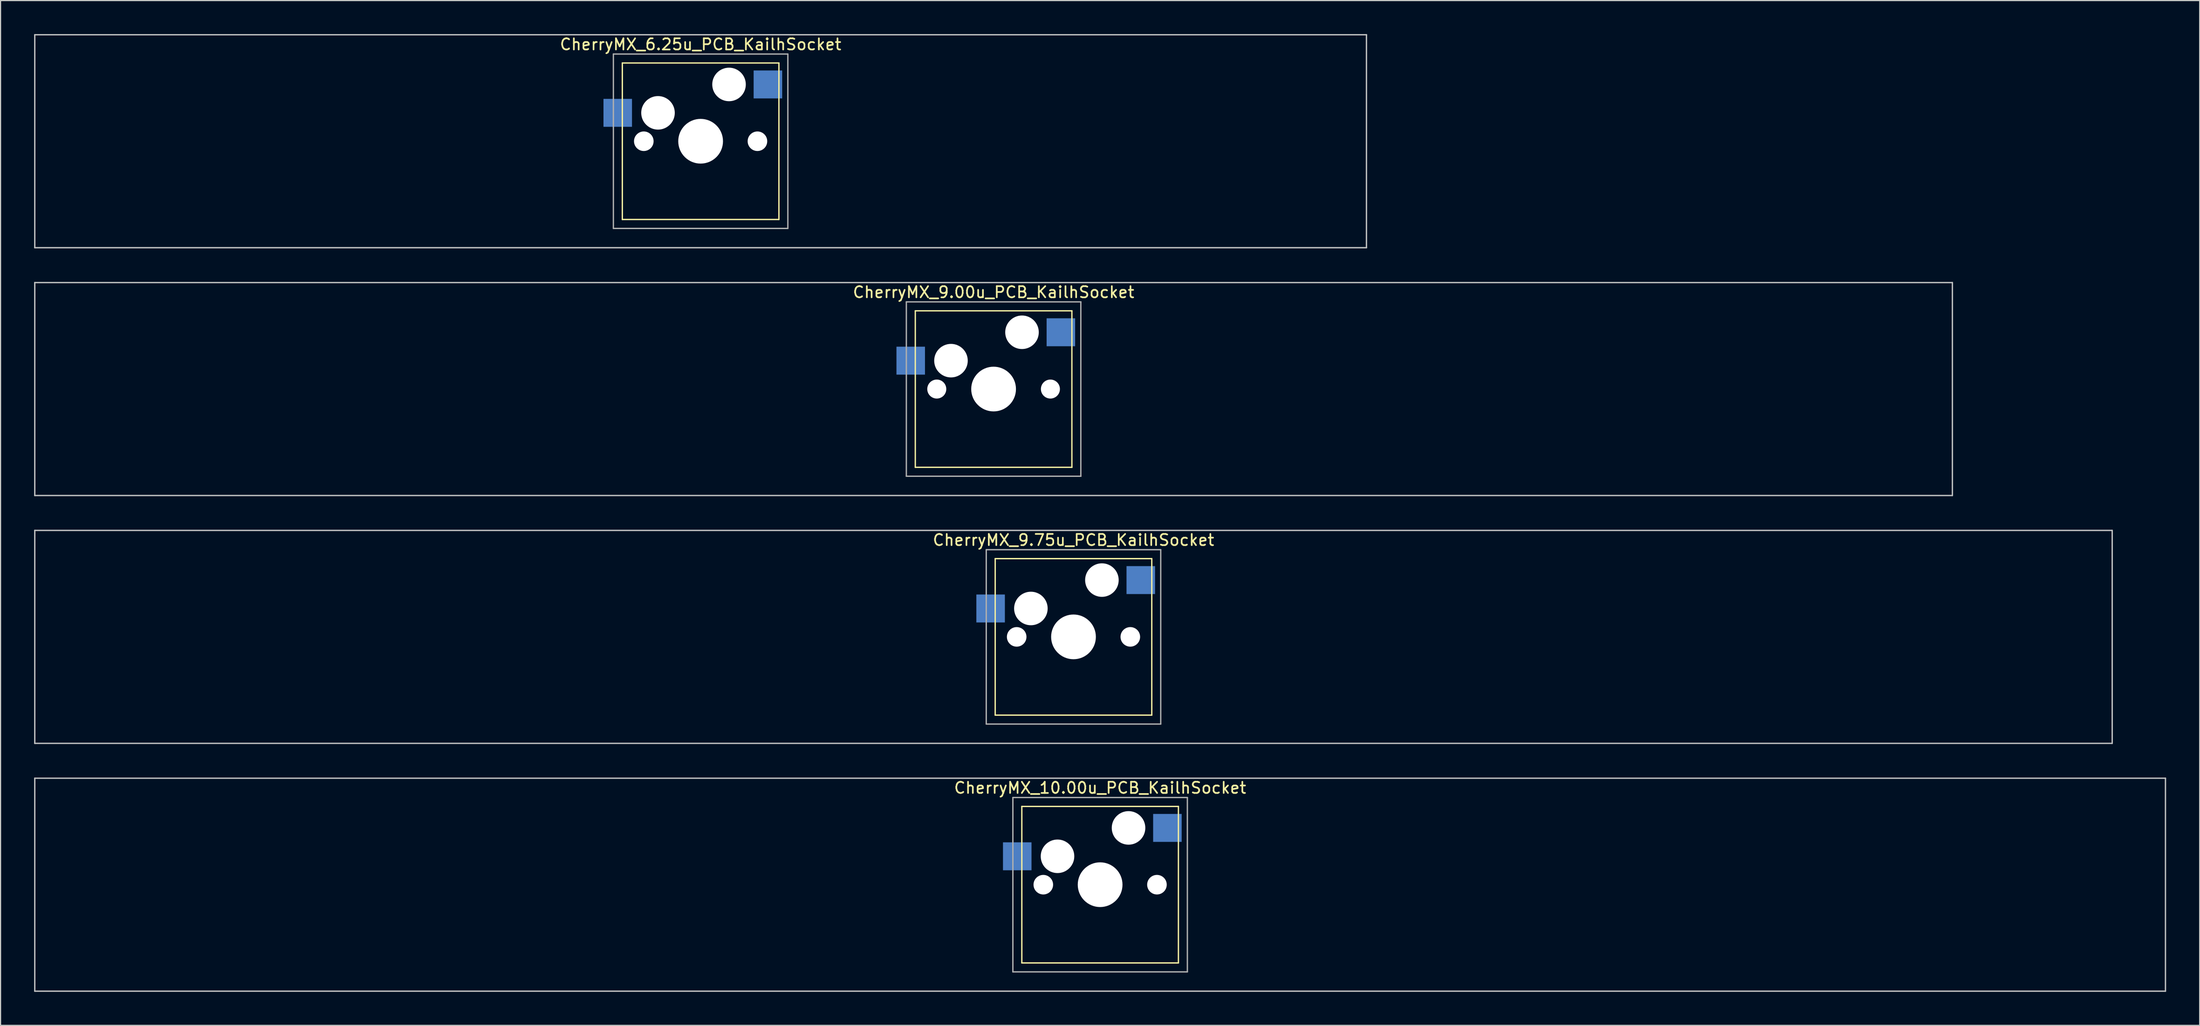
<source format=kicad_pcb>
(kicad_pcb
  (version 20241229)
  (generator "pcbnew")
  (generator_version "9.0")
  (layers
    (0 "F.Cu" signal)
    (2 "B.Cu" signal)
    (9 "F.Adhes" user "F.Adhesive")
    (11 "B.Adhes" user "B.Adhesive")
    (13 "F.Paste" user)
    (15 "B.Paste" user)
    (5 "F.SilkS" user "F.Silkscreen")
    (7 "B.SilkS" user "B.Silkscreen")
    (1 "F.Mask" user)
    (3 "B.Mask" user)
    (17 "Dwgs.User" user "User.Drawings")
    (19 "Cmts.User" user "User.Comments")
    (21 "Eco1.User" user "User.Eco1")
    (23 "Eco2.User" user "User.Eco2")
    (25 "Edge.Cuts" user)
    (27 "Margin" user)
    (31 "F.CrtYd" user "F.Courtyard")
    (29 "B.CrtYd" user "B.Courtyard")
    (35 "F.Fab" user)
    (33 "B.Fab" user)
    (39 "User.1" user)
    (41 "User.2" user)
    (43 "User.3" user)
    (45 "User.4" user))
  (footprint "CherryMX_6.25u_PCB_KailhSocket"
    (layer "F.Cu")
    (at 59.591 9.585)
    (property "Reference" "CherryMX_6.25u_PCB_KailhSocket" (at 0 -8.662 0) (layer "F.SilkS") (effects (font (size 1 1) (thickness 0.15))))
    (attr through_hole)
    (fp_line (start -7 -7) (end -7 7) (stroke (width 0.12) (type solid)) (layer "F.SilkS"))
    (fp_line (start -7 -7) (end 7 -7) (stroke (width 0.12) (type solid)) (layer "F.SilkS"))
    (fp_line (start 7 -7) (end 7 7) (stroke (width 0.12) (type solid)) (layer "F.SilkS"))
    (fp_line (start 7 7) (end -7 7) (stroke (width 0.12) (type solid)) (layer "F.SilkS"))
    (fp_line (start -59.531 -9.525) (end 59.531 -9.525) (stroke (width 0.12) (type solid)) (layer "Dwgs.User"))
    (fp_line (start -59.531 9.525) (end -59.531 -9.525) (stroke (width 0.12) (type solid)) (layer "Dwgs.User"))
    (fp_line (start 59.531 -9.525) (end 59.531 9.525) (stroke (width 0.12) (type solid)) (layer "Dwgs.User"))
    (fp_line (start 59.531 9.525) (end -59.531 9.525) (stroke (width 0.12) (type solid)) (layer "Dwgs.User"))
    (fp_line (start -7.8 -7.8) (end -7.8 7.8) (stroke (width 0.12) (type solid)) (layer "F.Fab"))
    (fp_line (start -7.8 -7.8) (end 7.8 -7.8) (stroke (width 0.12) (type solid)) (layer "F.Fab"))
    (fp_line (start -7.8 7.8) (end 7.8 7.8) (stroke (width 0.12) (type solid)) (layer "F.Fab"))
    (fp_line (start 7.8 -7.8) (end 7.8 7.8) (stroke (width 0.12) (type solid)) (layer "F.Fab"))
    (pad "" np_thru_hole circle (at -5.08 0) (size 1.75 1.75) (drill 1.75) (layers "*.Cu" "*.Mask"))
    (pad "" np_thru_hole circle (at -3.81 -2.54) (size 3 3) (drill 3) (layers "*.Cu" "*.Mask"))
    (pad "" np_thru_hole circle (at 0 0) (size 4 4) (drill 4) (layers "*.Cu" "*.Mask"))
    (pad "" np_thru_hole circle (at 2.54 -5.08) (size 3 3) (drill 3) (layers "*.Cu" "*.Mask"))
    (pad "" np_thru_hole circle (at 5.08 0) (size 1.75 1.75) (drill 1.75) (layers "*.Cu" "*.Mask"))
    (pad "1" smd rect (at -7.41 -2.54) (size 2.55 2.5) (layers "B.Cu" "B.Mask" "B.Paste"))
    (pad "2" smd rect (at 6.015 -5.08) (size 2.55 2.5) (layers "B.Cu" "B.Mask" "B.Paste")))
  (footprint "CherryMX_9.75u_PCB_KailhSocket"
    (layer "F.Cu")
    (at 92.929 53.925)
    (property "Reference" "CherryMX_9.75u_PCB_KailhSocket" (at 0 -8.662 0) (layer "F.SilkS") (effects (font (size 1 1) (thickness 0.15))))
    (attr through_hole)
    (fp_line (start -7 -7) (end -7 7) (stroke (width 0.12) (type solid)) (layer "F.SilkS"))
    (fp_line (start -7 -7) (end 7 -7) (stroke (width 0.12) (type solid)) (layer "F.SilkS"))
    (fp_line (start 7 -7) (end 7 7) (stroke (width 0.12) (type solid)) (layer "F.SilkS"))
    (fp_line (start 7 7) (end -7 7) (stroke (width 0.12) (type solid)) (layer "F.SilkS"))
    (fp_line (start -92.869 -9.525) (end 92.869 -9.525) (stroke (width 0.12) (type solid)) (layer "Dwgs.User"))
    (fp_line (start -92.869 9.525) (end -92.869 -9.525) (stroke (width 0.12) (type solid)) (layer "Dwgs.User"))
    (fp_line (start 92.869 -9.525) (end 92.869 9.525) (stroke (width 0.12) (type solid)) (layer "Dwgs.User"))
    (fp_line (start 92.869 9.525) (end -92.869 9.525) (stroke (width 0.12) (type solid)) (layer "Dwgs.User"))
    (fp_line (start -7.8 -7.8) (end -7.8 7.8) (stroke (width 0.12) (type solid)) (layer "F.Fab"))
    (fp_line (start -7.8 -7.8) (end 7.8 -7.8) (stroke (width 0.12) (type solid)) (layer "F.Fab"))
    (fp_line (start -7.8 7.8) (end 7.8 7.8) (stroke (width 0.12) (type solid)) (layer "F.Fab"))
    (fp_line (start 7.8 -7.8) (end 7.8 7.8) (stroke (width 0.12) (type solid)) (layer "F.Fab"))
    (pad "" np_thru_hole circle (at -5.08 0) (size 1.75 1.75) (drill 1.75) (layers "*.Cu" "*.Mask"))
    (pad "" np_thru_hole circle (at -3.81 -2.54) (size 3 3) (drill 3) (layers "*.Cu" "*.Mask"))
    (pad "" np_thru_hole circle (at 0 0) (size 4 4) (drill 4) (layers "*.Cu" "*.Mask"))
    (pad "" np_thru_hole circle (at 2.54 -5.08) (size 3 3) (drill 3) (layers "*.Cu" "*.Mask"))
    (pad "" np_thru_hole circle (at 5.08 0) (size 1.75 1.75) (drill 1.75) (layers "*.Cu" "*.Mask"))
    (pad "1" smd rect (at -7.41 -2.54) (size 2.55 2.5) (layers "B.Cu" "B.Mask" "B.Paste"))
    (pad "2" smd rect (at 6.015 -5.08) (size 2.55 2.5) (layers "B.Cu" "B.Mask" "B.Paste")))
  (footprint "CherryMX_10.00u_PCB_KailhSocket"
    (layer "F.Cu")
    (at 95.31 76.095)
    (property "Reference" "CherryMX_10.00u_PCB_KailhSocket" (at 0 -8.662 0) (layer "F.SilkS") (effects (font (size 1 1) (thickness 0.15))))
    (attr through_hole)
    (fp_line (start -7 -7) (end -7 7) (stroke (width 0.12) (type solid)) (layer "F.SilkS"))
    (fp_line (start -7 -7) (end 7 -7) (stroke (width 0.12) (type solid)) (layer "F.SilkS"))
    (fp_line (start 7 -7) (end 7 7) (stroke (width 0.12) (type solid)) (layer "F.SilkS"))
    (fp_line (start 7 7) (end -7 7) (stroke (width 0.12) (type solid)) (layer "F.SilkS"))
    (fp_line (start -95.25 -9.525) (end 95.25 -9.525) (stroke (width 0.12) (type solid)) (layer "Dwgs.User"))
    (fp_line (start -95.25 9.525) (end -95.25 -9.525) (stroke (width 0.12) (type solid)) (layer "Dwgs.User"))
    (fp_line (start 95.25 -9.525) (end 95.25 9.525) (stroke (width 0.12) (type solid)) (layer "Dwgs.User"))
    (fp_line (start 95.25 9.525) (end -95.25 9.525) (stroke (width 0.12) (type solid)) (layer "Dwgs.User"))
    (fp_line (start -7.8 -7.8) (end -7.8 7.8) (stroke (width 0.12) (type solid)) (layer "F.Fab"))
    (fp_line (start -7.8 -7.8) (end 7.8 -7.8) (stroke (width 0.12) (type solid)) (layer "F.Fab"))
    (fp_line (start -7.8 7.8) (end 7.8 7.8) (stroke (width 0.12) (type solid)) (layer "F.Fab"))
    (fp_line (start 7.8 -7.8) (end 7.8 7.8) (stroke (width 0.12) (type solid)) (layer "F.Fab"))
    (pad "" np_thru_hole circle (at -5.08 0) (size 1.75 1.75) (drill 1.75) (layers "*.Cu" "*.Mask"))
    (pad "" np_thru_hole circle (at -3.81 -2.54) (size 3 3) (drill 3) (layers "*.Cu" "*.Mask"))
    (pad "" np_thru_hole circle (at 0 0) (size 4 4) (drill 4) (layers "*.Cu" "*.Mask"))
    (pad "" np_thru_hole circle (at 2.54 -5.08) (size 3 3) (drill 3) (layers "*.Cu" "*.Mask"))
    (pad "" np_thru_hole circle (at 5.08 0) (size 1.75 1.75) (drill 1.75) (layers "*.Cu" "*.Mask"))
    (pad "1" smd rect (at -7.41 -2.54) (size 2.55 2.5) (layers "B.Cu" "B.Mask" "B.Paste"))
    (pad "2" smd rect (at 6.015 -5.08) (size 2.55 2.5) (layers "B.Cu" "B.Mask" "B.Paste")))
  (footprint "CherryMX_9.00u_PCB_KailhSocket"
    (layer "F.Cu")
    (at 85.785 31.755)
    (property "Reference" "CherryMX_9.00u_PCB_KailhSocket" (at 0 -8.662 0) (layer "F.SilkS") (effects (font (size 1 1) (thickness 0.15))))
    (attr through_hole)
    (fp_line (start -7 -7) (end -7 7) (stroke (width 0.12) (type solid)) (layer "F.SilkS"))
    (fp_line (start -7 -7) (end 7 -7) (stroke (width 0.12) (type solid)) (layer "F.SilkS"))
    (fp_line (start 7 -7) (end 7 7) (stroke (width 0.12) (type solid)) (layer "F.SilkS"))
    (fp_line (start 7 7) (end -7 7) (stroke (width 0.12) (type solid)) (layer "F.SilkS"))
    (fp_line (start -85.725 -9.525) (end 85.725 -9.525) (stroke (width 0.12) (type solid)) (layer "Dwgs.User"))
    (fp_line (start -85.725 9.525) (end -85.725 -9.525) (stroke (width 0.12) (type solid)) (layer "Dwgs.User"))
    (fp_line (start 85.725 -9.525) (end 85.725 9.525) (stroke (width 0.12) (type solid)) (layer "Dwgs.User"))
    (fp_line (start 85.725 9.525) (end -85.725 9.525) (stroke (width 0.12) (type solid)) (layer "Dwgs.User"))
    (fp_line (start -7.8 -7.8) (end -7.8 7.8) (stroke (width 0.12) (type solid)) (layer "F.Fab"))
    (fp_line (start -7.8 -7.8) (end 7.8 -7.8) (stroke (width 0.12) (type solid)) (layer "F.Fab"))
    (fp_line (start -7.8 7.8) (end 7.8 7.8) (stroke (width 0.12) (type solid)) (layer "F.Fab"))
    (fp_line (start 7.8 -7.8) (end 7.8 7.8) (stroke (width 0.12) (type solid)) (layer "F.Fab"))
    (pad "" np_thru_hole circle (at -5.08 0) (size 1.7 1.7) (drill 1.7) (layers "*.Cu" "*.Mask"))
    (pad "" np_thru_hole circle (at -3.81 -2.54) (size 3 3) (drill 3) (layers "*.Cu" "*.Mask"))
    (pad "" np_thru_hole circle (at 0 0) (size 4 4) (drill 4) (layers "*.Cu" "*.Mask"))
    (pad "" np_thru_hole circle (at 2.54 -5.08) (size 3 3) (drill 3) (layers "*.Cu" "*.Mask"))
    (pad "" np_thru_hole circle (at 5.08 0) (size 1.7 1.7) (drill 1.7) (layers "*.Cu" "*.Mask"))
    (pad "1" smd rect (at -7.41 -2.54) (size 2.55 2.5) (layers "B.Cu" "B.Mask" "B.Paste"))
    (pad "2" smd rect (at 6.015 -5.08) (size 2.55 2.5) (layers "B.Cu" "B.Mask" "B.Paste")))
  (gr_rect
    (start -3 -3)
    (end 193.62 88.68)
    (stroke (width 0.1) (type default))
    (fill no)
    (layer "Edge.Cuts")))
</source>
